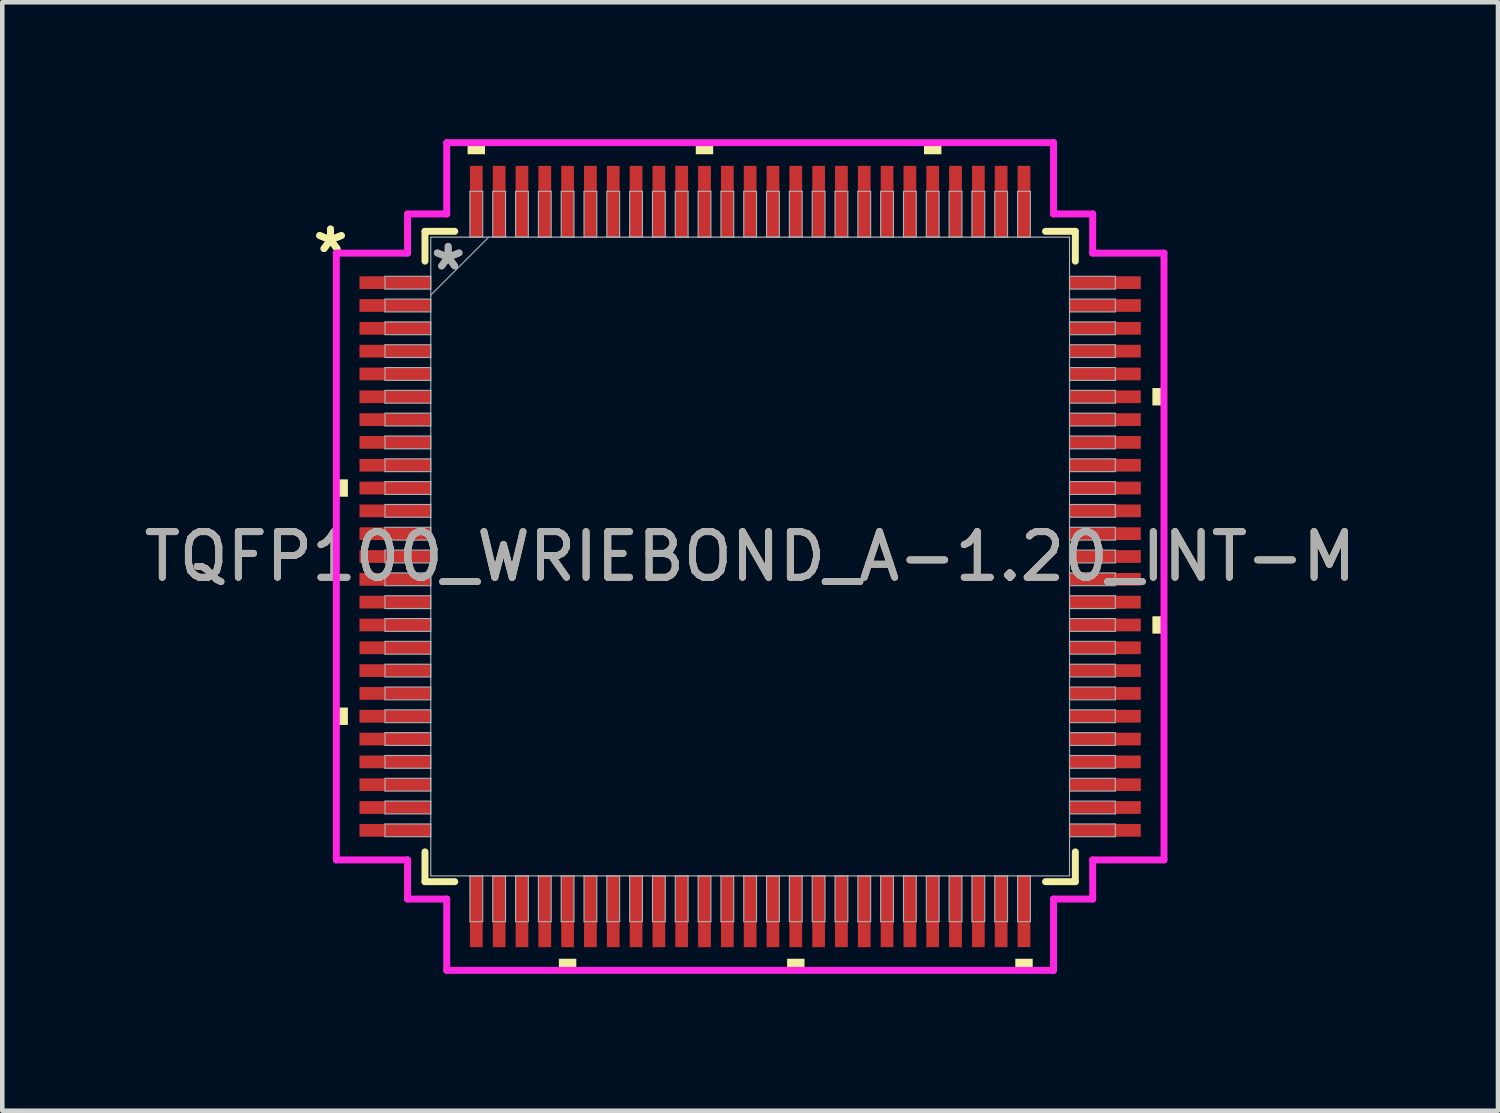
<source format=kicad_pcb>
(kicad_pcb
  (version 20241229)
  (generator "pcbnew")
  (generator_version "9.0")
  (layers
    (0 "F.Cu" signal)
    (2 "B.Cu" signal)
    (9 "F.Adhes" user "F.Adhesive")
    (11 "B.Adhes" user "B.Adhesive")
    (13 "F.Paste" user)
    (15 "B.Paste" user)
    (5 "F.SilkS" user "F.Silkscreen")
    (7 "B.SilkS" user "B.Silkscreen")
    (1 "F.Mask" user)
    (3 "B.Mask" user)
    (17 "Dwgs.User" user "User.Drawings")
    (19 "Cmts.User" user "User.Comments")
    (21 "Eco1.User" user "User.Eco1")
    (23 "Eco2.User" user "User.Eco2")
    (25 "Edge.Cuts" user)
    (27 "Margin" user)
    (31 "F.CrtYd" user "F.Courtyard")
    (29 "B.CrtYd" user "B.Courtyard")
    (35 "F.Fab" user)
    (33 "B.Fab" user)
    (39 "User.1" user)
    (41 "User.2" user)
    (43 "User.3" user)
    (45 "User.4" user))
  (footprint "TQFP100_WRIEBOND_A-1.20_INT-M"
    (layer "F.Cu")
    (at 13.387 9.144)
    (property "Reference" "TQFP100_WRIEBOND_A-1.20_INT-M" (at 0 0 0) (unlocked yes) (layer "F.SilkS") (effects (font (size 1 1) (thickness 0.15))))
    (attr smd)
    (fp_line (start -7.125 -7.125) (end -7.125 -6.472) (stroke (width 0.152) (type solid)) (layer "F.SilkS"))
    (fp_line (start -7.125 6.472) (end -7.125 7.125) (stroke (width 0.152) (type solid)) (layer "F.SilkS"))
    (fp_line (start -7.125 7.125) (end -6.472 7.125) (stroke (width 0.152) (type solid)) (layer "F.SilkS"))
    (fp_line (start -6.472 -7.125) (end -7.125 -7.125) (stroke (width 0.152) (type solid)) (layer "F.SilkS"))
    (fp_line (start 6.472 7.125) (end 7.125 7.125) (stroke (width 0.152) (type solid)) (layer "F.SilkS"))
    (fp_line (start 7.125 -7.125) (end 6.472 -7.125) (stroke (width 0.152) (type solid)) (layer "F.SilkS"))
    (fp_line (start 7.125 -6.472) (end 7.125 -7.125) (stroke (width 0.152) (type solid)) (layer "F.SilkS"))
    (fp_line (start 7.125 7.125) (end 7.125 6.472) (stroke (width 0.152) (type solid)) (layer "F.SilkS"))
    (fp_poly (pts (xy -9.068 -1.69) (xy -9.068 -1.31) (xy -8.814 -1.31) (xy -8.814 -1.69)) (stroke (width 0) (type solid)) (fill yes) (layer "F.SilkS"))
    (fp_poly (pts (xy -9.068 3.31) (xy -9.068 3.691) (xy -8.814 3.691) (xy -8.814 3.31)) (stroke (width 0) (type solid)) (fill yes) (layer "F.SilkS"))
    (fp_poly (pts (xy -6.191 -8.814) (xy -6.191 -9.068) (xy -5.81 -9.068) (xy -5.81 -8.814)) (stroke (width 0) (type solid)) (fill yes) (layer "F.SilkS"))
    (fp_poly (pts (xy -4.191 8.814) (xy -4.191 9.068) (xy -3.809 9.068) (xy -3.809 8.814)) (stroke (width 0) (type solid)) (fill yes) (layer "F.SilkS"))
    (fp_poly (pts (xy -1.191 -8.814) (xy -1.191 -9.068) (xy -0.81 -9.068) (xy -0.81 -8.814)) (stroke (width 0) (type solid)) (fill yes) (layer "F.SilkS"))
    (fp_poly (pts (xy 0.81 8.814) (xy 0.81 9.068) (xy 1.191 9.068) (xy 1.191 8.814)) (stroke (width 0) (type solid)) (fill yes) (layer "F.SilkS"))
    (fp_poly (pts (xy 3.809 -8.814) (xy 3.809 -9.068) (xy 4.191 -9.068) (xy 4.191 -8.814)) (stroke (width 0) (type solid)) (fill yes) (layer "F.SilkS"))
    (fp_poly (pts (xy 5.81 8.814) (xy 5.81 9.068) (xy 6.191 9.068) (xy 6.191 8.814)) (stroke (width 0) (type solid)) (fill yes) (layer "F.SilkS"))
    (fp_poly (pts (xy 9.068 -3.691) (xy 9.068 -3.31) (xy 8.814 -3.31) (xy 8.814 -3.691)) (stroke (width 0) (type solid)) (fill yes) (layer "F.SilkS"))
    (fp_poly (pts (xy 9.068 1.31) (xy 9.068 1.69) (xy 8.814 1.69) (xy 8.814 1.31)) (stroke (width 0) (type solid)) (fill yes) (layer "F.SilkS"))
    (fp_line (start -9.068 -6.648) (end -7.506 -6.648) (stroke (width 0.152) (type solid)) (layer "F.CrtYd"))
    (fp_line (start -9.068 6.648) (end -9.068 -6.648) (stroke (width 0.152) (type solid)) (layer "F.CrtYd"))
    (fp_line (start -7.506 -7.506) (end -6.648 -7.506) (stroke (width 0.152) (type solid)) (layer "F.CrtYd"))
    (fp_line (start -7.506 -6.648) (end -7.506 -7.506) (stroke (width 0.152) (type solid)) (layer "F.CrtYd"))
    (fp_line (start -7.506 6.648) (end -9.068 6.648) (stroke (width 0.152) (type solid)) (layer "F.CrtYd"))
    (fp_line (start -7.506 7.506) (end -7.506 6.648) (stroke (width 0.152) (type solid)) (layer "F.CrtYd"))
    (fp_line (start -7.506 7.506) (end -6.648 7.506) (stroke (width 0.152) (type solid)) (layer "F.CrtYd"))
    (fp_line (start -6.648 -9.068) (end 6.648 -9.068) (stroke (width 0.152) (type solid)) (layer "F.CrtYd"))
    (fp_line (start -6.648 -7.506) (end -6.648 -9.068) (stroke (width 0.152) (type solid)) (layer "F.CrtYd"))
    (fp_line (start -6.648 7.506) (end -6.648 9.068) (stroke (width 0.152) (type solid)) (layer "F.CrtYd"))
    (fp_line (start -6.648 9.068) (end 6.648 9.068) (stroke (width 0.152) (type solid)) (layer "F.CrtYd"))
    (fp_line (start 6.648 -9.068) (end 6.648 -7.506) (stroke (width 0.152) (type solid)) (layer "F.CrtYd"))
    (fp_line (start 6.648 -7.506) (end 7.506 -7.506) (stroke (width 0.152) (type solid)) (layer "F.CrtYd"))
    (fp_line (start 6.648 7.506) (end 7.506 7.506) (stroke (width 0.152) (type solid)) (layer "F.CrtYd"))
    (fp_line (start 6.648 9.068) (end 6.648 7.506) (stroke (width 0.152) (type solid)) (layer "F.CrtYd"))
    (fp_line (start 7.506 -6.648) (end 7.506 -7.506) (stroke (width 0.152) (type solid)) (layer "F.CrtYd"))
    (fp_line (start 7.506 6.648) (end 9.068 6.648) (stroke (width 0.152) (type solid)) (layer "F.CrtYd"))
    (fp_line (start 7.506 7.506) (end 7.506 6.648) (stroke (width 0.152) (type solid)) (layer "F.CrtYd"))
    (fp_line (start 9.068 -6.648) (end 7.506 -6.648) (stroke (width 0.152) (type solid)) (layer "F.CrtYd"))
    (fp_line (start 9.068 6.648) (end 9.068 -6.648) (stroke (width 0.152) (type solid)) (layer "F.CrtYd"))
    (fp_line (start -8.001 -6.14) (end -8.001 -5.86) (stroke (width 0.025) (type solid)) (layer "F.Fab"))
    (fp_line (start -8.001 -5.86) (end -6.998 -5.86) (stroke (width 0.025) (type solid)) (layer "F.Fab"))
    (fp_line (start -8.001 -5.64) (end -8.001 -5.36) (stroke (width 0.025) (type solid)) (layer "F.Fab"))
    (fp_line (start -8.001 -5.36) (end -6.998 -5.36) (stroke (width 0.025) (type solid)) (layer "F.Fab"))
    (fp_line (start -8.001 -5.14) (end -8.001 -4.86) (stroke (width 0.025) (type solid)) (layer "F.Fab"))
    (fp_line (start -8.001 -4.86) (end -6.998 -4.86) (stroke (width 0.025) (type solid)) (layer "F.Fab"))
    (fp_line (start -8.001 -4.64) (end -8.001 -4.36) (stroke (width 0.025) (type solid)) (layer "F.Fab"))
    (fp_line (start -8.001 -4.36) (end -6.998 -4.36) (stroke (width 0.025) (type solid)) (layer "F.Fab"))
    (fp_line (start -8.001 -4.14) (end -8.001 -3.86) (stroke (width 0.025) (type solid)) (layer "F.Fab"))
    (fp_line (start -8.001 -3.86) (end -6.998 -3.86) (stroke (width 0.025) (type solid)) (layer "F.Fab"))
    (fp_line (start -8.001 -3.64) (end -8.001 -3.36) (stroke (width 0.025) (type solid)) (layer "F.Fab"))
    (fp_line (start -8.001 -3.36) (end -6.998 -3.36) (stroke (width 0.025) (type solid)) (layer "F.Fab"))
    (fp_line (start -8.001 -3.14) (end -8.001 -2.86) (stroke (width 0.025) (type solid)) (layer "F.Fab"))
    (fp_line (start -8.001 -2.86) (end -6.998 -2.86) (stroke (width 0.025) (type solid)) (layer "F.Fab"))
    (fp_line (start -8.001 -2.64) (end -8.001 -2.36) (stroke (width 0.025) (type solid)) (layer "F.Fab"))
    (fp_line (start -8.001 -2.36) (end -6.998 -2.36) (stroke (width 0.025) (type solid)) (layer "F.Fab"))
    (fp_line (start -8.001 -2.14) (end -8.001 -1.86) (stroke (width 0.025) (type solid)) (layer "F.Fab"))
    (fp_line (start -8.001 -1.86) (end -6.998 -1.86) (stroke (width 0.025) (type solid)) (layer "F.Fab"))
    (fp_line (start -8.001 -1.64) (end -8.001 -1.36) (stroke (width 0.025) (type solid)) (layer "F.Fab"))
    (fp_line (start -8.001 -1.36) (end -6.998 -1.36) (stroke (width 0.025) (type solid)) (layer "F.Fab"))
    (fp_line (start -8.001 -1.14) (end -8.001 -0.86) (stroke (width 0.025) (type solid)) (layer "F.Fab"))
    (fp_line (start -8.001 -0.86) (end -6.998 -0.86) (stroke (width 0.025) (type solid)) (layer "F.Fab"))
    (fp_line (start -8.001 -0.64) (end -8.001 -0.36) (stroke (width 0.025) (type solid)) (layer "F.Fab"))
    (fp_line (start -8.001 -0.36) (end -6.998 -0.36) (stroke (width 0.025) (type solid)) (layer "F.Fab"))
    (fp_line (start -8.001 -0.14) (end -8.001 0.14) (stroke (width 0.025) (type solid)) (layer "F.Fab"))
    (fp_line (start -8.001 0.14) (end -6.998 0.14) (stroke (width 0.025) (type solid)) (layer "F.Fab"))
    (fp_line (start -8.001 0.36) (end -8.001 0.64) (stroke (width 0.025) (type solid)) (layer "F.Fab"))
    (fp_line (start -8.001 0.64) (end -6.998 0.64) (stroke (width 0.025) (type solid)) (layer "F.Fab"))
    (fp_line (start -8.001 0.86) (end -8.001 1.14) (stroke (width 0.025) (type solid)) (layer "F.Fab"))
    (fp_line (start -8.001 1.14) (end -6.998 1.14) (stroke (width 0.025) (type solid)) (layer "F.Fab"))
    (fp_line (start -8.001 1.36) (end -8.001 1.64) (stroke (width 0.025) (type solid)) (layer "F.Fab"))
    (fp_line (start -8.001 1.64) (end -6.998 1.64) (stroke (width 0.025) (type solid)) (layer "F.Fab"))
    (fp_line (start -8.001 1.86) (end -8.001 2.14) (stroke (width 0.025) (type solid)) (layer "F.Fab"))
    (fp_line (start -8.001 2.14) (end -6.998 2.14) (stroke (width 0.025) (type solid)) (layer "F.Fab"))
    (fp_line (start -8.001 2.36) (end -8.001 2.64) (stroke (width 0.025) (type solid)) (layer "F.Fab"))
    (fp_line (start -8.001 2.64) (end -6.998 2.64) (stroke (width 0.025) (type solid)) (layer "F.Fab"))
    (fp_line (start -8.001 2.86) (end -8.001 3.14) (stroke (width 0.025) (type solid)) (layer "F.Fab"))
    (fp_line (start -8.001 3.14) (end -6.998 3.14) (stroke (width 0.025) (type solid)) (layer "F.Fab"))
    (fp_line (start -8.001 3.36) (end -8.001 3.64) (stroke (width 0.025) (type solid)) (layer "F.Fab"))
    (fp_line (start -8.001 3.64) (end -6.998 3.64) (stroke (width 0.025) (type solid)) (layer "F.Fab"))
    (fp_line (start -8.001 3.86) (end -8.001 4.14) (stroke (width 0.025) (type solid)) (layer "F.Fab"))
    (fp_line (start -8.001 4.14) (end -6.998 4.14) (stroke (width 0.025) (type solid)) (layer "F.Fab"))
    (fp_line (start -8.001 4.36) (end -8.001 4.64) (stroke (width 0.025) (type solid)) (layer "F.Fab"))
    (fp_line (start -8.001 4.64) (end -6.998 4.64) (stroke (width 0.025) (type solid)) (layer "F.Fab"))
    (fp_line (start -8.001 4.86) (end -8.001 5.14) (stroke (width 0.025) (type solid)) (layer "F.Fab"))
    (fp_line (start -8.001 5.14) (end -6.998 5.14) (stroke (width 0.025) (type solid)) (layer "F.Fab"))
    (fp_line (start -8.001 5.36) (end -8.001 5.64) (stroke (width 0.025) (type solid)) (layer "F.Fab"))
    (fp_line (start -8.001 5.64) (end -6.998 5.64) (stroke (width 0.025) (type solid)) (layer "F.Fab"))
    (fp_line (start -8.001 5.86) (end -8.001 6.14) (stroke (width 0.025) (type solid)) (layer "F.Fab"))
    (fp_line (start -8.001 6.14) (end -6.998 6.14) (stroke (width 0.025) (type solid)) (layer "F.Fab"))
    (fp_line (start -6.998 -6.998) (end -6.998 6.998) (stroke (width 0.025) (type solid)) (layer "F.Fab"))
    (fp_line (start -6.998 -6.14) (end -8.001 -6.14) (stroke (width 0.025) (type solid)) (layer "F.Fab"))
    (fp_line (start -6.998 -5.86) (end -6.998 -6.14) (stroke (width 0.025) (type solid)) (layer "F.Fab"))
    (fp_line (start -6.998 -5.728) (end -5.728 -6.998) (stroke (width 0.025) (type solid)) (layer "F.Fab"))
    (fp_line (start -6.998 -5.64) (end -8.001 -5.64) (stroke (width 0.025) (type solid)) (layer "F.Fab"))
    (fp_line (start -6.998 -5.36) (end -6.998 -5.64) (stroke (width 0.025) (type solid)) (layer "F.Fab"))
    (fp_line (start -6.998 -5.14) (end -8.001 -5.14) (stroke (width 0.025) (type solid)) (layer "F.Fab"))
    (fp_line (start -6.998 -4.86) (end -6.998 -5.14) (stroke (width 0.025) (type solid)) (layer "F.Fab"))
    (fp_line (start -6.998 -4.64) (end -8.001 -4.64) (stroke (width 0.025) (type solid)) (layer "F.Fab"))
    (fp_line (start -6.998 -4.36) (end -6.998 -4.64) (stroke (width 0.025) (type solid)) (layer "F.Fab"))
    (fp_line (start -6.998 -4.14) (end -8.001 -4.14) (stroke (width 0.025) (type solid)) (layer "F.Fab"))
    (fp_line (start -6.998 -3.86) (end -6.998 -4.14) (stroke (width 0.025) (type solid)) (layer "F.Fab"))
    (fp_line (start -6.998 -3.64) (end -8.001 -3.64) (stroke (width 0.025) (type solid)) (layer "F.Fab"))
    (fp_line (start -6.998 -3.36) (end -6.998 -3.64) (stroke (width 0.025) (type solid)) (layer "F.Fab"))
    (fp_line (start -6.998 -3.14) (end -8.001 -3.14) (stroke (width 0.025) (type solid)) (layer "F.Fab"))
    (fp_line (start -6.998 -2.86) (end -6.998 -3.14) (stroke (width 0.025) (type solid)) (layer "F.Fab"))
    (fp_line (start -6.998 -2.64) (end -8.001 -2.64) (stroke (width 0.025) (type solid)) (layer "F.Fab"))
    (fp_line (start -6.998 -2.36) (end -6.998 -2.64) (stroke (width 0.025) (type solid)) (layer "F.Fab"))
    (fp_line (start -6.998 -2.14) (end -8.001 -2.14) (stroke (width 0.025) (type solid)) (layer "F.Fab"))
    (fp_line (start -6.998 -1.86) (end -6.998 -2.14) (stroke (width 0.025) (type solid)) (layer "F.Fab"))
    (fp_line (start -6.998 -1.64) (end -8.001 -1.64) (stroke (width 0.025) (type solid)) (layer "F.Fab"))
    (fp_line (start -6.998 -1.36) (end -6.998 -1.64) (stroke (width 0.025) (type solid)) (layer "F.Fab"))
    (fp_line (start -6.998 -1.14) (end -8.001 -1.14) (stroke (width 0.025) (type solid)) (layer "F.Fab"))
    (fp_line (start -6.998 -0.86) (end -6.998 -1.14) (stroke (width 0.025) (type solid)) (layer "F.Fab"))
    (fp_line (start -6.998 -0.64) (end -8.001 -0.64) (stroke (width 0.025) (type solid)) (layer "F.Fab"))
    (fp_line (start -6.998 -0.36) (end -6.998 -0.64) (stroke (width 0.025) (type solid)) (layer "F.Fab"))
    (fp_line (start -6.998 -0.14) (end -8.001 -0.14) (stroke (width 0.025) (type solid)) (layer "F.Fab"))
    (fp_line (start -6.998 0.14) (end -6.998 -0.14) (stroke (width 0.025) (type solid)) (layer "F.Fab"))
    (fp_line (start -6.998 0.36) (end -8.001 0.36) (stroke (width 0.025) (type solid)) (layer "F.Fab"))
    (fp_line (start -6.998 0.64) (end -6.998 0.36) (stroke (width 0.025) (type solid)) (layer "F.Fab"))
    (fp_line (start -6.998 0.86) (end -8.001 0.86) (stroke (width 0.025) (type solid)) (layer "F.Fab"))
    (fp_line (start -6.998 1.14) (end -6.998 0.86) (stroke (width 0.025) (type solid)) (layer "F.Fab"))
    (fp_line (start -6.998 1.36) (end -8.001 1.36) (stroke (width 0.025) (type solid)) (layer "F.Fab"))
    (fp_line (start -6.998 1.64) (end -6.998 1.36) (stroke (width 0.025) (type solid)) (layer "F.Fab"))
    (fp_line (start -6.998 1.86) (end -8.001 1.86) (stroke (width 0.025) (type solid)) (layer "F.Fab"))
    (fp_line (start -6.998 2.14) (end -6.998 1.86) (stroke (width 0.025) (type solid)) (layer "F.Fab"))
    (fp_line (start -6.998 2.36) (end -8.001 2.36) (stroke (width 0.025) (type solid)) (layer "F.Fab"))
    (fp_line (start -6.998 2.64) (end -6.998 2.36) (stroke (width 0.025) (type solid)) (layer "F.Fab"))
    (fp_line (start -6.998 2.86) (end -8.001 2.86) (stroke (width 0.025) (type solid)) (layer "F.Fab"))
    (fp_line (start -6.998 3.14) (end -6.998 2.86) (stroke (width 0.025) (type solid)) (layer "F.Fab"))
    (fp_line (start -6.998 3.36) (end -8.001 3.36) (stroke (width 0.025) (type solid)) (layer "F.Fab"))
    (fp_line (start -6.998 3.64) (end -6.998 3.36) (stroke (width 0.025) (type solid)) (layer "F.Fab"))
    (fp_line (start -6.998 3.86) (end -8.001 3.86) (stroke (width 0.025) (type solid)) (layer "F.Fab"))
    (fp_line (start -6.998 4.14) (end -6.998 3.86) (stroke (width 0.025) (type solid)) (layer "F.Fab"))
    (fp_line (start -6.998 4.36) (end -8.001 4.36) (stroke (width 0.025) (type solid)) (layer "F.Fab"))
    (fp_line (start -6.998 4.64) (end -6.998 4.36) (stroke (width 0.025) (type solid)) (layer "F.Fab"))
    (fp_line (start -6.998 4.86) (end -8.001 4.86) (stroke (width 0.025) (type solid)) (layer "F.Fab"))
    (fp_line (start -6.998 5.14) (end -6.998 4.86) (stroke (width 0.025) (type solid)) (layer "F.Fab"))
    (fp_line (start -6.998 5.36) (end -8.001 5.36) (stroke (width 0.025) (type solid)) (layer "F.Fab"))
    (fp_line (start -6.998 5.64) (end -6.998 5.36) (stroke (width 0.025) (type solid)) (layer "F.Fab"))
    (fp_line (start -6.998 5.86) (end -8.001 5.86) (stroke (width 0.025) (type solid)) (layer "F.Fab"))
    (fp_line (start -6.998 6.14) (end -6.998 5.86) (stroke (width 0.025) (type solid)) (layer "F.Fab"))
    (fp_line (start -6.998 6.998) (end 6.998 6.998) (stroke (width 0.025) (type solid)) (layer "F.Fab"))
    (fp_line (start -6.14 -8.001) (end -6.14 -6.998) (stroke (width 0.025) (type solid)) (layer "F.Fab"))
    (fp_line (start -6.14 -6.998) (end -5.86 -6.998) (stroke (width 0.025) (type solid)) (layer "F.Fab"))
    (fp_line (start -6.14 6.998) (end -6.14 8.001) (stroke (width 0.025) (type solid)) (layer "F.Fab"))
    (fp_line (start -6.14 8.001) (end -5.86 8.001) (stroke (width 0.025) (type solid)) (layer "F.Fab"))
    (fp_line (start -5.86 -8.001) (end -6.14 -8.001) (stroke (width 0.025) (type solid)) (layer "F.Fab"))
    (fp_line (start -5.86 -6.998) (end -5.86 -8.001) (stroke (width 0.025) (type solid)) (layer "F.Fab"))
    (fp_line (start -5.86 6.998) (end -6.14 6.998) (stroke (width 0.025) (type solid)) (layer "F.Fab"))
    (fp_line (start -5.86 8.001) (end -5.86 6.998) (stroke (width 0.025) (type solid)) (layer "F.Fab"))
    (fp_line (start -5.64 -8.001) (end -5.64 -6.998) (stroke (width 0.025) (type solid)) (layer "F.Fab"))
    (fp_line (start -5.64 -6.998) (end -5.36 -6.998) (stroke (width 0.025) (type solid)) (layer "F.Fab"))
    (fp_line (start -5.64 6.998) (end -5.64 8.001) (stroke (width 0.025) (type solid)) (layer "F.Fab"))
    (fp_line (start -5.64 8.001) (end -5.36 8.001) (stroke (width 0.025) (type solid)) (layer "F.Fab"))
    (fp_line (start -5.36 -8.001) (end -5.64 -8.001) (stroke (width 0.025) (type solid)) (layer "F.Fab"))
    (fp_line (start -5.36 -6.998) (end -5.36 -8.001) (stroke (width 0.025) (type solid)) (layer "F.Fab"))
    (fp_line (start -5.36 6.998) (end -5.64 6.998) (stroke (width 0.025) (type solid)) (layer "F.Fab"))
    (fp_line (start -5.36 8.001) (end -5.36 6.998) (stroke (width 0.025) (type solid)) (layer "F.Fab"))
    (fp_line (start -5.14 -8.001) (end -5.14 -6.998) (stroke (width 0.025) (type solid)) (layer "F.Fab"))
    (fp_line (start -5.14 -6.998) (end -4.86 -6.998) (stroke (width 0.025) (type solid)) (layer "F.Fab"))
    (fp_line (start -5.14 6.998) (end -5.14 8.001) (stroke (width 0.025) (type solid)) (layer "F.Fab"))
    (fp_line (start -5.14 8.001) (end -4.86 8.001) (stroke (width 0.025) (type solid)) (layer "F.Fab"))
    (fp_line (start -4.86 -8.001) (end -5.14 -8.001) (stroke (width 0.025) (type solid)) (layer "F.Fab"))
    (fp_line (start -4.86 -6.998) (end -4.86 -8.001) (stroke (width 0.025) (type solid)) (layer "F.Fab"))
    (fp_line (start -4.86 6.998) (end -5.14 6.998) (stroke (width 0.025) (type solid)) (layer "F.Fab"))
    (fp_line (start -4.86 8.001) (end -4.86 6.998) (stroke (width 0.025) (type solid)) (layer "F.Fab"))
    (fp_line (start -4.64 -8.001) (end -4.64 -6.998) (stroke (width 0.025) (type solid)) (layer "F.Fab"))
    (fp_line (start -4.64 -6.998) (end -4.36 -6.998) (stroke (width 0.025) (type solid)) (layer "F.Fab"))
    (fp_line (start -4.64 6.998) (end -4.64 8.001) (stroke (width 0.025) (type solid)) (layer "F.Fab"))
    (fp_line (start -4.64 8.001) (end -4.36 8.001) (stroke (width 0.025) (type solid)) (layer "F.Fab"))
    (fp_line (start -4.36 -8.001) (end -4.64 -8.001) (stroke (width 0.025) (type solid)) (layer "F.Fab"))
    (fp_line (start -4.36 -6.998) (end -4.36 -8.001) (stroke (width 0.025) (type solid)) (layer "F.Fab"))
    (fp_line (start -4.36 6.998) (end -4.64 6.998) (stroke (width 0.025) (type solid)) (layer "F.Fab"))
    (fp_line (start -4.36 8.001) (end -4.36 6.998) (stroke (width 0.025) (type solid)) (layer "F.Fab"))
    (fp_line (start -4.14 -8.001) (end -4.14 -6.998) (stroke (width 0.025) (type solid)) (layer "F.Fab"))
    (fp_line (start -4.14 -6.998) (end -3.86 -6.998) (stroke (width 0.025) (type solid)) (layer "F.Fab"))
    (fp_line (start -4.14 6.998) (end -4.14 8.001) (stroke (width 0.025) (type solid)) (layer "F.Fab"))
    (fp_line (start -4.14 8.001) (end -3.86 8.001) (stroke (width 0.025) (type solid)) (layer "F.Fab"))
    (fp_line (start -3.86 -8.001) (end -4.14 -8.001) (stroke (width 0.025) (type solid)) (layer "F.Fab"))
    (fp_line (start -3.86 -6.998) (end -3.86 -8.001) (stroke (width 0.025) (type solid)) (layer "F.Fab"))
    (fp_line (start -3.86 6.998) (end -4.14 6.998) (stroke (width 0.025) (type solid)) (layer "F.Fab"))
    (fp_line (start -3.86 8.001) (end -3.86 6.998) (stroke (width 0.025) (type solid)) (layer "F.Fab"))
    (fp_line (start -3.64 -8.001) (end -3.64 -6.998) (stroke (width 0.025) (type solid)) (layer "F.Fab"))
    (fp_line (start -3.64 -6.998) (end -3.36 -6.998) (stroke (width 0.025) (type solid)) (layer "F.Fab"))
    (fp_line (start -3.64 6.998) (end -3.64 8.001) (stroke (width 0.025) (type solid)) (layer "F.Fab"))
    (fp_line (start -3.64 8.001) (end -3.36 8.001) (stroke (width 0.025) (type solid)) (layer "F.Fab"))
    (fp_line (start -3.36 -8.001) (end -3.64 -8.001) (stroke (width 0.025) (type solid)) (layer "F.Fab"))
    (fp_line (start -3.36 -6.998) (end -3.36 -8.001) (stroke (width 0.025) (type solid)) (layer "F.Fab"))
    (fp_line (start -3.36 6.998) (end -3.64 6.998) (stroke (width 0.025) (type solid)) (layer "F.Fab"))
    (fp_line (start -3.36 8.001) (end -3.36 6.998) (stroke (width 0.025) (type solid)) (layer "F.Fab"))
    (fp_line (start -3.14 -8.001) (end -3.14 -6.998) (stroke (width 0.025) (type solid)) (layer "F.Fab"))
    (fp_line (start -3.14 -6.998) (end -2.86 -6.998) (stroke (width 0.025) (type solid)) (layer "F.Fab"))
    (fp_line (start -3.14 6.998) (end -3.14 8.001) (stroke (width 0.025) (type solid)) (layer "F.Fab"))
    (fp_line (start -3.14 8.001) (end -2.86 8.001) (stroke (width 0.025) (type solid)) (layer "F.Fab"))
    (fp_line (start -2.86 -8.001) (end -3.14 -8.001) (stroke (width 0.025) (type solid)) (layer "F.Fab"))
    (fp_line (start -2.86 -6.998) (end -2.86 -8.001) (stroke (width 0.025) (type solid)) (layer "F.Fab"))
    (fp_line (start -2.86 6.998) (end -3.14 6.998) (stroke (width 0.025) (type solid)) (layer "F.Fab"))
    (fp_line (start -2.86 8.001) (end -2.86 6.998) (stroke (width 0.025) (type solid)) (layer "F.Fab"))
    (fp_line (start -2.64 -8.001) (end -2.64 -6.998) (stroke (width 0.025) (type solid)) (layer "F.Fab"))
    (fp_line (start -2.64 -6.998) (end -2.36 -6.998) (stroke (width 0.025) (type solid)) (layer "F.Fab"))
    (fp_line (start -2.64 6.998) (end -2.64 8.001) (stroke (width 0.025) (type solid)) (layer "F.Fab"))
    (fp_line (start -2.64 8.001) (end -2.36 8.001) (stroke (width 0.025) (type solid)) (layer "F.Fab"))
    (fp_line (start -2.36 -8.001) (end -2.64 -8.001) (stroke (width 0.025) (type solid)) (layer "F.Fab"))
    (fp_line (start -2.36 -6.998) (end -2.36 -8.001) (stroke (width 0.025) (type solid)) (layer "F.Fab"))
    (fp_line (start -2.36 6.998) (end -2.64 6.998) (stroke (width 0.025) (type solid)) (layer "F.Fab"))
    (fp_line (start -2.36 8.001) (end -2.36 6.998) (stroke (width 0.025) (type solid)) (layer "F.Fab"))
    (fp_line (start -2.14 -8.001) (end -2.14 -6.998) (stroke (width 0.025) (type solid)) (layer "F.Fab"))
    (fp_line (start -2.14 -6.998) (end -1.86 -6.998) (stroke (width 0.025) (type solid)) (layer "F.Fab"))
    (fp_line (start -2.14 6.998) (end -2.14 8.001) (stroke (width 0.025) (type solid)) (layer "F.Fab"))
    (fp_line (start -2.14 8.001) (end -1.86 8.001) (stroke (width 0.025) (type solid)) (layer "F.Fab"))
    (fp_line (start -1.86 -8.001) (end -2.14 -8.001) (stroke (width 0.025) (type solid)) (layer "F.Fab"))
    (fp_line (start -1.86 -6.998) (end -1.86 -8.001) (stroke (width 0.025) (type solid)) (layer "F.Fab"))
    (fp_line (start -1.86 6.998) (end -2.14 6.998) (stroke (width 0.025) (type solid)) (layer "F.Fab"))
    (fp_line (start -1.86 8.001) (end -1.86 6.998) (stroke (width 0.025) (type solid)) (layer "F.Fab"))
    (fp_line (start -1.64 -8.001) (end -1.64 -6.998) (stroke (width 0.025) (type solid)) (layer "F.Fab"))
    (fp_line (start -1.64 -6.998) (end -1.36 -6.998) (stroke (width 0.025) (type solid)) (layer "F.Fab"))
    (fp_line (start -1.64 6.998) (end -1.64 8.001) (stroke (width 0.025) (type solid)) (layer "F.Fab"))
    (fp_line (start -1.64 8.001) (end -1.36 8.001) (stroke (width 0.025) (type solid)) (layer "F.Fab"))
    (fp_line (start -1.36 -8.001) (end -1.64 -8.001) (stroke (width 0.025) (type solid)) (layer "F.Fab"))
    (fp_line (start -1.36 -6.998) (end -1.36 -8.001) (stroke (width 0.025) (type solid)) (layer "F.Fab"))
    (fp_line (start -1.36 6.998) (end -1.64 6.998) (stroke (width 0.025) (type solid)) (layer "F.Fab"))
    (fp_line (start -1.36 8.001) (end -1.36 6.998) (stroke (width 0.025) (type solid)) (layer "F.Fab"))
    (fp_line (start -1.14 -8.001) (end -1.14 -6.998) (stroke (width 0.025) (type solid)) (layer "F.Fab"))
    (fp_line (start -1.14 -6.998) (end -0.86 -6.998) (stroke (width 0.025) (type solid)) (layer "F.Fab"))
    (fp_line (start -1.14 6.998) (end -1.14 8.001) (stroke (width 0.025) (type solid)) (layer "F.Fab"))
    (fp_line (start -1.14 8.001) (end -0.86 8.001) (stroke (width 0.025) (type solid)) (layer "F.Fab"))
    (fp_line (start -0.86 -8.001) (end -1.14 -8.001) (stroke (width 0.025) (type solid)) (layer "F.Fab"))
    (fp_line (start -0.86 -6.998) (end -0.86 -8.001) (stroke (width 0.025) (type solid)) (layer "F.Fab"))
    (fp_line (start -0.86 6.998) (end -1.14 6.998) (stroke (width 0.025) (type solid)) (layer "F.Fab"))
    (fp_line (start -0.86 8.001) (end -0.86 6.998) (stroke (width 0.025) (type solid)) (layer "F.Fab"))
    (fp_line (start -0.64 -8.001) (end -0.64 -6.998) (stroke (width 0.025) (type solid)) (layer "F.Fab"))
    (fp_line (start -0.64 -6.998) (end -0.36 -6.998) (stroke (width 0.025) (type solid)) (layer "F.Fab"))
    (fp_line (start -0.64 6.998) (end -0.64 8.001) (stroke (width 0.025) (type solid)) (layer "F.Fab"))
    (fp_line (start -0.64 8.001) (end -0.36 8.001) (stroke (width 0.025) (type solid)) (layer "F.Fab"))
    (fp_line (start -0.36 -8.001) (end -0.64 -8.001) (stroke (width 0.025) (type solid)) (layer "F.Fab"))
    (fp_line (start -0.36 -6.998) (end -0.36 -8.001) (stroke (width 0.025) (type solid)) (layer "F.Fab"))
    (fp_line (start -0.36 6.998) (end -0.64 6.998) (stroke (width 0.025) (type solid)) (layer "F.Fab"))
    (fp_line (start -0.36 8.001) (end -0.36 6.998) (stroke (width 0.025) (type solid)) (layer "F.Fab"))
    (fp_line (start -0.14 -8.001) (end -0.14 -6.998) (stroke (width 0.025) (type solid)) (layer "F.Fab"))
    (fp_line (start -0.14 -6.998) (end 0.14 -6.998) (stroke (width 0.025) (type solid)) (layer "F.Fab"))
    (fp_line (start -0.14 6.998) (end -0.14 8.001) (stroke (width 0.025) (type solid)) (layer "F.Fab"))
    (fp_line (start -0.14 8.001) (end 0.14 8.001) (stroke (width 0.025) (type solid)) (layer "F.Fab"))
    (fp_line (start 0.14 -8.001) (end -0.14 -8.001) (stroke (width 0.025) (type solid)) (layer "F.Fab"))
    (fp_line (start 0.14 -6.998) (end 0.14 -8.001) (stroke (width 0.025) (type solid)) (layer "F.Fab"))
    (fp_line (start 0.14 6.998) (end -0.14 6.998) (stroke (width 0.025) (type solid)) (layer "F.Fab"))
    (fp_line (start 0.14 8.001) (end 0.14 6.998) (stroke (width 0.025) (type solid)) (layer "F.Fab"))
    (fp_line (start 0.36 -8.001) (end 0.36 -6.998) (stroke (width 0.025) (type solid)) (layer "F.Fab"))
    (fp_line (start 0.36 -6.998) (end 0.64 -6.998) (stroke (width 0.025) (type solid)) (layer "F.Fab"))
    (fp_line (start 0.36 6.998) (end 0.36 8.001) (stroke (width 0.025) (type solid)) (layer "F.Fab"))
    (fp_line (start 0.36 8.001) (end 0.64 8.001) (stroke (width 0.025) (type solid)) (layer "F.Fab"))
    (fp_line (start 0.64 -8.001) (end 0.36 -8.001) (stroke (width 0.025) (type solid)) (layer "F.Fab"))
    (fp_line (start 0.64 -6.998) (end 0.64 -8.001) (stroke (width 0.025) (type solid)) (layer "F.Fab"))
    (fp_line (start 0.64 6.998) (end 0.36 6.998) (stroke (width 0.025) (type solid)) (layer "F.Fab"))
    (fp_line (start 0.64 8.001) (end 0.64 6.998) (stroke (width 0.025) (type solid)) (layer "F.Fab"))
    (fp_line (start 0.86 -8.001) (end 0.86 -6.998) (stroke (width 0.025) (type solid)) (layer "F.Fab"))
    (fp_line (start 0.86 -6.998) (end 1.14 -6.998) (stroke (width 0.025) (type solid)) (layer "F.Fab"))
    (fp_line (start 0.86 6.998) (end 0.86 8.001) (stroke (width 0.025) (type solid)) (layer "F.Fab"))
    (fp_line (start 0.86 8.001) (end 1.14 8.001) (stroke (width 0.025) (type solid)) (layer "F.Fab"))
    (fp_line (start 1.14 -8.001) (end 0.86 -8.001) (stroke (width 0.025) (type solid)) (layer "F.Fab"))
    (fp_line (start 1.14 -6.998) (end 1.14 -8.001) (stroke (width 0.025) (type solid)) (layer "F.Fab"))
    (fp_line (start 1.14 6.998) (end 0.86 6.998) (stroke (width 0.025) (type solid)) (layer "F.Fab"))
    (fp_line (start 1.14 8.001) (end 1.14 6.998) (stroke (width 0.025) (type solid)) (layer "F.Fab"))
    (fp_line (start 1.36 -8.001) (end 1.36 -6.998) (stroke (width 0.025) (type solid)) (layer "F.Fab"))
    (fp_line (start 1.36 -6.998) (end 1.64 -6.998) (stroke (width 0.025) (type solid)) (layer "F.Fab"))
    (fp_line (start 1.36 6.998) (end 1.36 8.001) (stroke (width 0.025) (type solid)) (layer "F.Fab"))
    (fp_line (start 1.36 8.001) (end 1.64 8.001) (stroke (width 0.025) (type solid)) (layer "F.Fab"))
    (fp_line (start 1.64 -8.001) (end 1.36 -8.001) (stroke (width 0.025) (type solid)) (layer "F.Fab"))
    (fp_line (start 1.64 -6.998) (end 1.64 -8.001) (stroke (width 0.025) (type solid)) (layer "F.Fab"))
    (fp_line (start 1.64 6.998) (end 1.36 6.998) (stroke (width 0.025) (type solid)) (layer "F.Fab"))
    (fp_line (start 1.64 8.001) (end 1.64 6.998) (stroke (width 0.025) (type solid)) (layer "F.Fab"))
    (fp_line (start 1.86 -8.001) (end 1.86 -6.998) (stroke (width 0.025) (type solid)) (layer "F.Fab"))
    (fp_line (start 1.86 -6.998) (end 2.14 -6.998) (stroke (width 0.025) (type solid)) (layer "F.Fab"))
    (fp_line (start 1.86 6.998) (end 1.86 8.001) (stroke (width 0.025) (type solid)) (layer "F.Fab"))
    (fp_line (start 1.86 8.001) (end 2.14 8.001) (stroke (width 0.025) (type solid)) (layer "F.Fab"))
    (fp_line (start 2.14 -8.001) (end 1.86 -8.001) (stroke (width 0.025) (type solid)) (layer "F.Fab"))
    (fp_line (start 2.14 -6.998) (end 2.14 -8.001) (stroke (width 0.025) (type solid)) (layer "F.Fab"))
    (fp_line (start 2.14 6.998) (end 1.86 6.998) (stroke (width 0.025) (type solid)) (layer "F.Fab"))
    (fp_line (start 2.14 8.001) (end 2.14 6.998) (stroke (width 0.025) (type solid)) (layer "F.Fab"))
    (fp_line (start 2.36 -8.001) (end 2.36 -6.998) (stroke (width 0.025) (type solid)) (layer "F.Fab"))
    (fp_line (start 2.36 -6.998) (end 2.64 -6.998) (stroke (width 0.025) (type solid)) (layer "F.Fab"))
    (fp_line (start 2.36 6.998) (end 2.36 8.001) (stroke (width 0.025) (type solid)) (layer "F.Fab"))
    (fp_line (start 2.36 8.001) (end 2.64 8.001) (stroke (width 0.025) (type solid)) (layer "F.Fab"))
    (fp_line (start 2.64 -8.001) (end 2.36 -8.001) (stroke (width 0.025) (type solid)) (layer "F.Fab"))
    (fp_line (start 2.64 -6.998) (end 2.64 -8.001) (stroke (width 0.025) (type solid)) (layer "F.Fab"))
    (fp_line (start 2.64 6.998) (end 2.36 6.998) (stroke (width 0.025) (type solid)) (layer "F.Fab"))
    (fp_line (start 2.64 8.001) (end 2.64 6.998) (stroke (width 0.025) (type solid)) (layer "F.Fab"))
    (fp_line (start 2.86 -8.001) (end 2.86 -6.998) (stroke (width 0.025) (type solid)) (layer "F.Fab"))
    (fp_line (start 2.86 -6.998) (end 3.14 -6.998) (stroke (width 0.025) (type solid)) (layer "F.Fab"))
    (fp_line (start 2.86 6.998) (end 2.86 8.001) (stroke (width 0.025) (type solid)) (layer "F.Fab"))
    (fp_line (start 2.86 8.001) (end 3.14 8.001) (stroke (width 0.025) (type solid)) (layer "F.Fab"))
    (fp_line (start 3.14 -8.001) (end 2.86 -8.001) (stroke (width 0.025) (type solid)) (layer "F.Fab"))
    (fp_line (start 3.14 -6.998) (end 3.14 -8.001) (stroke (width 0.025) (type solid)) (layer "F.Fab"))
    (fp_line (start 3.14 6.998) (end 2.86 6.998) (stroke (width 0.025) (type solid)) (layer "F.Fab"))
    (fp_line (start 3.14 8.001) (end 3.14 6.998) (stroke (width 0.025) (type solid)) (layer "F.Fab"))
    (fp_line (start 3.36 -8.001) (end 3.36 -6.998) (stroke (width 0.025) (type solid)) (layer "F.Fab"))
    (fp_line (start 3.36 -6.998) (end 3.64 -6.998) (stroke (width 0.025) (type solid)) (layer "F.Fab"))
    (fp_line (start 3.36 6.998) (end 3.36 8.001) (stroke (width 0.025) (type solid)) (layer "F.Fab"))
    (fp_line (start 3.36 8.001) (end 3.64 8.001) (stroke (width 0.025) (type solid)) (layer "F.Fab"))
    (fp_line (start 3.64 -8.001) (end 3.36 -8.001) (stroke (width 0.025) (type solid)) (layer "F.Fab"))
    (fp_line (start 3.64 -6.998) (end 3.64 -8.001) (stroke (width 0.025) (type solid)) (layer "F.Fab"))
    (fp_line (start 3.64 6.998) (end 3.36 6.998) (stroke (width 0.025) (type solid)) (layer "F.Fab"))
    (fp_line (start 3.64 8.001) (end 3.64 6.998) (stroke (width 0.025) (type solid)) (layer "F.Fab"))
    (fp_line (start 3.86 -8.001) (end 3.86 -6.998) (stroke (width 0.025) (type solid)) (layer "F.Fab"))
    (fp_line (start 3.86 -6.998) (end 4.14 -6.998) (stroke (width 0.025) (type solid)) (layer "F.Fab"))
    (fp_line (start 3.86 6.998) (end 3.86 8.001) (stroke (width 0.025) (type solid)) (layer "F.Fab"))
    (fp_line (start 3.86 8.001) (end 4.14 8.001) (stroke (width 0.025) (type solid)) (layer "F.Fab"))
    (fp_line (start 4.14 -8.001) (end 3.86 -8.001) (stroke (width 0.025) (type solid)) (layer "F.Fab"))
    (fp_line (start 4.14 -6.998) (end 4.14 -8.001) (stroke (width 0.025) (type solid)) (layer "F.Fab"))
    (fp_line (start 4.14 6.998) (end 3.86 6.998) (stroke (width 0.025) (type solid)) (layer "F.Fab"))
    (fp_line (start 4.14 8.001) (end 4.14 6.998) (stroke (width 0.025) (type solid)) (layer "F.Fab"))
    (fp_line (start 4.36 -8.001) (end 4.36 -6.998) (stroke (width 0.025) (type solid)) (layer "F.Fab"))
    (fp_line (start 4.36 -6.998) (end 4.64 -6.998) (stroke (width 0.025) (type solid)) (layer "F.Fab"))
    (fp_line (start 4.36 6.998) (end 4.36 8.001) (stroke (width 0.025) (type solid)) (layer "F.Fab"))
    (fp_line (start 4.36 8.001) (end 4.64 8.001) (stroke (width 0.025) (type solid)) (layer "F.Fab"))
    (fp_line (start 4.64 -8.001) (end 4.36 -8.001) (stroke (width 0.025) (type solid)) (layer "F.Fab"))
    (fp_line (start 4.64 -6.998) (end 4.64 -8.001) (stroke (width 0.025) (type solid)) (layer "F.Fab"))
    (fp_line (start 4.64 6.998) (end 4.36 6.998) (stroke (width 0.025) (type solid)) (layer "F.Fab"))
    (fp_line (start 4.64 8.001) (end 4.64 6.998) (stroke (width 0.025) (type solid)) (layer "F.Fab"))
    (fp_line (start 4.86 -8.001) (end 4.86 -6.998) (stroke (width 0.025) (type solid)) (layer "F.Fab"))
    (fp_line (start 4.86 -6.998) (end 5.14 -6.998) (stroke (width 0.025) (type solid)) (layer "F.Fab"))
    (fp_line (start 4.86 6.998) (end 4.86 8.001) (stroke (width 0.025) (type solid)) (layer "F.Fab"))
    (fp_line (start 4.86 8.001) (end 5.14 8.001) (stroke (width 0.025) (type solid)) (layer "F.Fab"))
    (fp_line (start 5.14 -8.001) (end 4.86 -8.001) (stroke (width 0.025) (type solid)) (layer "F.Fab"))
    (fp_line (start 5.14 -6.998) (end 5.14 -8.001) (stroke (width 0.025) (type solid)) (layer "F.Fab"))
    (fp_line (start 5.14 6.998) (end 4.86 6.998) (stroke (width 0.025) (type solid)) (layer "F.Fab"))
    (fp_line (start 5.14 8.001) (end 5.14 6.998) (stroke (width 0.025) (type solid)) (layer "F.Fab"))
    (fp_line (start 5.36 -8.001) (end 5.36 -6.998) (stroke (width 0.025) (type solid)) (layer "F.Fab"))
    (fp_line (start 5.36 -6.998) (end 5.64 -6.998) (stroke (width 0.025) (type solid)) (layer "F.Fab"))
    (fp_line (start 5.36 6.998) (end 5.36 8.001) (stroke (width 0.025) (type solid)) (layer "F.Fab"))
    (fp_line (start 5.36 8.001) (end 5.64 8.001) (stroke (width 0.025) (type solid)) (layer "F.Fab"))
    (fp_line (start 5.64 -8.001) (end 5.36 -8.001) (stroke (width 0.025) (type solid)) (layer "F.Fab"))
    (fp_line (start 5.64 -6.998) (end 5.64 -8.001) (stroke (width 0.025) (type solid)) (layer "F.Fab"))
    (fp_line (start 5.64 6.998) (end 5.36 6.998) (stroke (width 0.025) (type solid)) (layer "F.Fab"))
    (fp_line (start 5.64 8.001) (end 5.64 6.998) (stroke (width 0.025) (type solid)) (layer "F.Fab"))
    (fp_line (start 5.86 -8.001) (end 5.86 -6.998) (stroke (width 0.025) (type solid)) (layer "F.Fab"))
    (fp_line (start 5.86 -6.998) (end 6.14 -6.998) (stroke (width 0.025) (type solid)) (layer "F.Fab"))
    (fp_line (start 5.86 6.998) (end 5.86 8.001) (stroke (width 0.025) (type solid)) (layer "F.Fab"))
    (fp_line (start 5.86 8.001) (end 6.14 8.001) (stroke (width 0.025) (type solid)) (layer "F.Fab"))
    (fp_line (start 6.14 -8.001) (end 5.86 -8.001) (stroke (width 0.025) (type solid)) (layer "F.Fab"))
    (fp_line (start 6.14 -6.998) (end 6.14 -8.001) (stroke (width 0.025) (type solid)) (layer "F.Fab"))
    (fp_line (start 6.14 6.998) (end 5.86 6.998) (stroke (width 0.025) (type solid)) (layer "F.Fab"))
    (fp_line (start 6.14 8.001) (end 6.14 6.998) (stroke (width 0.025) (type solid)) (layer "F.Fab"))
    (fp_line (start 6.998 -6.998) (end -6.998 -6.998) (stroke (width 0.025) (type solid)) (layer "F.Fab"))
    (fp_line (start 6.998 -6.14) (end 6.998 -5.86) (stroke (width 0.025) (type solid)) (layer "F.Fab"))
    (fp_line (start 6.998 -5.86) (end 8.001 -5.86) (stroke (width 0.025) (type solid)) (layer "F.Fab"))
    (fp_line (start 6.998 -5.64) (end 6.998 -5.36) (stroke (width 0.025) (type solid)) (layer "F.Fab"))
    (fp_line (start 6.998 -5.36) (end 8.001 -5.36) (stroke (width 0.025) (type solid)) (layer "F.Fab"))
    (fp_line (start 6.998 -5.14) (end 6.998 -4.86) (stroke (width 0.025) (type solid)) (layer "F.Fab"))
    (fp_line (start 6.998 -4.86) (end 8.001 -4.86) (stroke (width 0.025) (type solid)) (layer "F.Fab"))
    (fp_line (start 6.998 -4.64) (end 6.998 -4.36) (stroke (width 0.025) (type solid)) (layer "F.Fab"))
    (fp_line (start 6.998 -4.36) (end 8.001 -4.36) (stroke (width 0.025) (type solid)) (layer "F.Fab"))
    (fp_line (start 6.998 -4.14) (end 6.998 -3.86) (stroke (width 0.025) (type solid)) (layer "F.Fab"))
    (fp_line (start 6.998 -3.86) (end 8.001 -3.86) (stroke (width 0.025) (type solid)) (layer "F.Fab"))
    (fp_line (start 6.998 -3.64) (end 6.998 -3.36) (stroke (width 0.025) (type solid)) (layer "F.Fab"))
    (fp_line (start 6.998 -3.36) (end 8.001 -3.36) (stroke (width 0.025) (type solid)) (layer "F.Fab"))
    (fp_line (start 6.998 -3.14) (end 6.998 -2.86) (stroke (width 0.025) (type solid)) (layer "F.Fab"))
    (fp_line (start 6.998 -2.86) (end 8.001 -2.86) (stroke (width 0.025) (type solid)) (layer "F.Fab"))
    (fp_line (start 6.998 -2.64) (end 6.998 -2.36) (stroke (width 0.025) (type solid)) (layer "F.Fab"))
    (fp_line (start 6.998 -2.36) (end 8.001 -2.36) (stroke (width 0.025) (type solid)) (layer "F.Fab"))
    (fp_line (start 6.998 -2.14) (end 6.998 -1.86) (stroke (width 0.025) (type solid)) (layer "F.Fab"))
    (fp_line (start 6.998 -1.86) (end 8.001 -1.86) (stroke (width 0.025) (type solid)) (layer "F.Fab"))
    (fp_line (start 6.998 -1.64) (end 6.998 -1.36) (stroke (width 0.025) (type solid)) (layer "F.Fab"))
    (fp_line (start 6.998 -1.36) (end 8.001 -1.36) (stroke (width 0.025) (type solid)) (layer "F.Fab"))
    (fp_line (start 6.998 -1.14) (end 6.998 -0.86) (stroke (width 0.025) (type solid)) (layer "F.Fab"))
    (fp_line (start 6.998 -0.86) (end 8.001 -0.86) (stroke (width 0.025) (type solid)) (layer "F.Fab"))
    (fp_line (start 6.998 -0.64) (end 6.998 -0.36) (stroke (width 0.025) (type solid)) (layer "F.Fab"))
    (fp_line (start 6.998 -0.36) (end 8.001 -0.36) (stroke (width 0.025) (type solid)) (layer "F.Fab"))
    (fp_line (start 6.998 -0.14) (end 6.998 0.14) (stroke (width 0.025) (type solid)) (layer "F.Fab"))
    (fp_line (start 6.998 0.14) (end 8.001 0.14) (stroke (width 0.025) (type solid)) (layer "F.Fab"))
    (fp_line (start 6.998 0.36) (end 6.998 0.64) (stroke (width 0.025) (type solid)) (layer "F.Fab"))
    (fp_line (start 6.998 0.64) (end 8.001 0.64) (stroke (width 0.025) (type solid)) (layer "F.Fab"))
    (fp_line (start 6.998 0.86) (end 6.998 1.14) (stroke (width 0.025) (type solid)) (layer "F.Fab"))
    (fp_line (start 6.998 1.14) (end 8.001 1.14) (stroke (width 0.025) (type solid)) (layer "F.Fab"))
    (fp_line (start 6.998 1.36) (end 6.998 1.64) (stroke (width 0.025) (type solid)) (layer "F.Fab"))
    (fp_line (start 6.998 1.64) (end 8.001 1.64) (stroke (width 0.025) (type solid)) (layer "F.Fab"))
    (fp_line (start 6.998 1.86) (end 6.998 2.14) (stroke (width 0.025) (type solid)) (layer "F.Fab"))
    (fp_line (start 6.998 2.14) (end 8.001 2.14) (stroke (width 0.025) (type solid)) (layer "F.Fab"))
    (fp_line (start 6.998 2.36) (end 6.998 2.64) (stroke (width 0.025) (type solid)) (layer "F.Fab"))
    (fp_line (start 6.998 2.64) (end 8.001 2.64) (stroke (width 0.025) (type solid)) (layer "F.Fab"))
    (fp_line (start 6.998 2.86) (end 6.998 3.14) (stroke (width 0.025) (type solid)) (layer "F.Fab"))
    (fp_line (start 6.998 3.14) (end 8.001 3.14) (stroke (width 0.025) (type solid)) (layer "F.Fab"))
    (fp_line (start 6.998 3.36) (end 6.998 3.64) (stroke (width 0.025) (type solid)) (layer "F.Fab"))
    (fp_line (start 6.998 3.64) (end 8.001 3.64) (stroke (width 0.025) (type solid)) (layer "F.Fab"))
    (fp_line (start 6.998 3.86) (end 6.998 4.14) (stroke (width 0.025) (type solid)) (layer "F.Fab"))
    (fp_line (start 6.998 4.14) (end 8.001 4.14) (stroke (width 0.025) (type solid)) (layer "F.Fab"))
    (fp_line (start 6.998 4.36) (end 6.998 4.64) (stroke (width 0.025) (type solid)) (layer "F.Fab"))
    (fp_line (start 6.998 4.64) (end 8.001 4.64) (stroke (width 0.025) (type solid)) (layer "F.Fab"))
    (fp_line (start 6.998 4.86) (end 6.998 5.14) (stroke (width 0.025) (type solid)) (layer "F.Fab"))
    (fp_line (start 6.998 5.14) (end 8.001 5.14) (stroke (width 0.025) (type solid)) (layer "F.Fab"))
    (fp_line (start 6.998 5.36) (end 6.998 5.64) (stroke (width 0.025) (type solid)) (layer "F.Fab"))
    (fp_line (start 6.998 5.64) (end 8.001 5.64) (stroke (width 0.025) (type solid)) (layer "F.Fab"))
    (fp_line (start 6.998 5.86) (end 6.998 6.14) (stroke (width 0.025) (type solid)) (layer "F.Fab"))
    (fp_line (start 6.998 6.14) (end 8.001 6.14) (stroke (width 0.025) (type solid)) (layer "F.Fab"))
    (fp_line (start 6.998 6.998) (end 6.998 -6.998) (stroke (width 0.025) (type solid)) (layer "F.Fab"))
    (fp_line (start 8.001 -6.14) (end 6.998 -6.14) (stroke (width 0.025) (type solid)) (layer "F.Fab"))
    (fp_line (start 8.001 -5.86) (end 8.001 -6.14) (stroke (width 0.025) (type solid)) (layer "F.Fab"))
    (fp_line (start 8.001 -5.64) (end 6.998 -5.64) (stroke (width 0.025) (type solid)) (layer "F.Fab"))
    (fp_line (start 8.001 -5.36) (end 8.001 -5.64) (stroke (width 0.025) (type solid)) (layer "F.Fab"))
    (fp_line (start 8.001 -5.14) (end 6.998 -5.14) (stroke (width 0.025) (type solid)) (layer "F.Fab"))
    (fp_line (start 8.001 -4.86) (end 8.001 -5.14) (stroke (width 0.025) (type solid)) (layer "F.Fab"))
    (fp_line (start 8.001 -4.64) (end 6.998 -4.64) (stroke (width 0.025) (type solid)) (layer "F.Fab"))
    (fp_line (start 8.001 -4.36) (end 8.001 -4.64) (stroke (width 0.025) (type solid)) (layer "F.Fab"))
    (fp_line (start 8.001 -4.14) (end 6.998 -4.14) (stroke (width 0.025) (type solid)) (layer "F.Fab"))
    (fp_line (start 8.001 -3.86) (end 8.001 -4.14) (stroke (width 0.025) (type solid)) (layer "F.Fab"))
    (fp_line (start 8.001 -3.64) (end 6.998 -3.64) (stroke (width 0.025) (type solid)) (layer "F.Fab"))
    (fp_line (start 8.001 -3.36) (end 8.001 -3.64) (stroke (width 0.025) (type solid)) (layer "F.Fab"))
    (fp_line (start 8.001 -3.14) (end 6.998 -3.14) (stroke (width 0.025) (type solid)) (layer "F.Fab"))
    (fp_line (start 8.001 -2.86) (end 8.001 -3.14) (stroke (width 0.025) (type solid)) (layer "F.Fab"))
    (fp_line (start 8.001 -2.64) (end 6.998 -2.64) (stroke (width 0.025) (type solid)) (layer "F.Fab"))
    (fp_line (start 8.001 -2.36) (end 8.001 -2.64) (stroke (width 0.025) (type solid)) (layer "F.Fab"))
    (fp_line (start 8.001 -2.14) (end 6.998 -2.14) (stroke (width 0.025) (type solid)) (layer "F.Fab"))
    (fp_line (start 8.001 -1.86) (end 8.001 -2.14) (stroke (width 0.025) (type solid)) (layer "F.Fab"))
    (fp_line (start 8.001 -1.64) (end 6.998 -1.64) (stroke (width 0.025) (type solid)) (layer "F.Fab"))
    (fp_line (start 8.001 -1.36) (end 8.001 -1.64) (stroke (width 0.025) (type solid)) (layer "F.Fab"))
    (fp_line (start 8.001 -1.14) (end 6.998 -1.14) (stroke (width 0.025) (type solid)) (layer "F.Fab"))
    (fp_line (start 8.001 -0.86) (end 8.001 -1.14) (stroke (width 0.025) (type solid)) (layer "F.Fab"))
    (fp_line (start 8.001 -0.64) (end 6.998 -0.64) (stroke (width 0.025) (type solid)) (layer "F.Fab"))
    (fp_line (start 8.001 -0.36) (end 8.001 -0.64) (stroke (width 0.025) (type solid)) (layer "F.Fab"))
    (fp_line (start 8.001 -0.14) (end 6.998 -0.14) (stroke (width 0.025) (type solid)) (layer "F.Fab"))
    (fp_line (start 8.001 0.14) (end 8.001 -0.14) (stroke (width 0.025) (type solid)) (layer "F.Fab"))
    (fp_line (start 8.001 0.36) (end 6.998 0.36) (stroke (width 0.025) (type solid)) (layer "F.Fab"))
    (fp_line (start 8.001 0.64) (end 8.001 0.36) (stroke (width 0.025) (type solid)) (layer "F.Fab"))
    (fp_line (start 8.001 0.86) (end 6.998 0.86) (stroke (width 0.025) (type solid)) (layer "F.Fab"))
    (fp_line (start 8.001 1.14) (end 8.001 0.86) (stroke (width 0.025) (type solid)) (layer "F.Fab"))
    (fp_line (start 8.001 1.36) (end 6.998 1.36) (stroke (width 0.025) (type solid)) (layer "F.Fab"))
    (fp_line (start 8.001 1.64) (end 8.001 1.36) (stroke (width 0.025) (type solid)) (layer "F.Fab"))
    (fp_line (start 8.001 1.86) (end 6.998 1.86) (stroke (width 0.025) (type solid)) (layer "F.Fab"))
    (fp_line (start 8.001 2.14) (end 8.001 1.86) (stroke (width 0.025) (type solid)) (layer "F.Fab"))
    (fp_line (start 8.001 2.36) (end 6.998 2.36) (stroke (width 0.025) (type solid)) (layer "F.Fab"))
    (fp_line (start 8.001 2.64) (end 8.001 2.36) (stroke (width 0.025) (type solid)) (layer "F.Fab"))
    (fp_line (start 8.001 2.86) (end 6.998 2.86) (stroke (width 0.025) (type solid)) (layer "F.Fab"))
    (fp_line (start 8.001 3.14) (end 8.001 2.86) (stroke (width 0.025) (type solid)) (layer "F.Fab"))
    (fp_line (start 8.001 3.36) (end 6.998 3.36) (stroke (width 0.025) (type solid)) (layer "F.Fab"))
    (fp_line (start 8.001 3.64) (end 8.001 3.36) (stroke (width 0.025) (type solid)) (layer "F.Fab"))
    (fp_line (start 8.001 3.86) (end 6.998 3.86) (stroke (width 0.025) (type solid)) (layer "F.Fab"))
    (fp_line (start 8.001 4.14) (end 8.001 3.86) (stroke (width 0.025) (type solid)) (layer "F.Fab"))
    (fp_line (start 8.001 4.36) (end 6.998 4.36) (stroke (width 0.025) (type solid)) (layer "F.Fab"))
    (fp_line (start 8.001 4.64) (end 8.001 4.36) (stroke (width 0.025) (type solid)) (layer "F.Fab"))
    (fp_line (start 8.001 4.86) (end 6.998 4.86) (stroke (width 0.025) (type solid)) (layer "F.Fab"))
    (fp_line (start 8.001 5.14) (end 8.001 4.86) (stroke (width 0.025) (type solid)) (layer "F.Fab"))
    (fp_line (start 8.001 5.36) (end 6.998 5.36) (stroke (width 0.025) (type solid)) (layer "F.Fab"))
    (fp_line (start 8.001 5.64) (end 8.001 5.36) (stroke (width 0.025) (type solid)) (layer "F.Fab"))
    (fp_line (start 8.001 5.86) (end 6.998 5.86) (stroke (width 0.025) (type solid)) (layer "F.Fab"))
    (fp_line (start 8.001 6.14) (end 8.001 5.86) (stroke (width 0.025) (type solid)) (layer "F.Fab"))
    (fp_text user "*" (at -9.195 -6.631 0) (layer "F.SilkS") (effects (font (size 1 1) (thickness 0.15))))
    (fp_text user "*" (at -9.195 -6.631 0) (unlocked yes) (layer "F.SilkS") (effects (font (size 1 1) (thickness 0.15))))
    (fp_text user "${REFERENCE}" (at 0 0 0) (unlocked yes) (layer "F.Fab") (effects (font (size 1 1) (thickness 0.15))))
    (fp_text user "*" (at -6.617 -6.25 0) (layer "F.Fab") (effects (font (size 1 1) (thickness 0.15))))
    (fp_text user "*" (at -6.617 -6.25 0) (unlocked yes) (layer "F.Fab") (effects (font (size 1 1) (thickness 0.15))))
    (pad "1" smd rect (at -7.779 -6 90) (size 0.279 1.562) (layers "F.Cu" "F.Mask" "F.Paste"))
    (pad "2" smd rect (at -7.779 -5.5 90) (size 0.279 1.562) (layers "F.Cu" "F.Mask" "F.Paste"))
    (pad "3" smd rect (at -7.779 -5 90) (size 0.279 1.562) (layers "F.Cu" "F.Mask" "F.Paste"))
    (pad "4" smd rect (at -7.779 -4.5 90) (size 0.279 1.562) (layers "F.Cu" "F.Mask" "F.Paste"))
    (pad "5" smd rect (at -7.779 -4 90) (size 0.279 1.562) (layers "F.Cu" "F.Mask" "F.Paste"))
    (pad "6" smd rect (at -7.779 -3.5 90) (size 0.279 1.562) (layers "F.Cu" "F.Mask" "F.Paste"))
    (pad "7" smd rect (at -7.779 -3 90) (size 0.279 1.562) (layers "F.Cu" "F.Mask" "F.Paste"))
    (pad "8" smd rect (at -7.779 -2.5 90) (size 0.279 1.562) (layers "F.Cu" "F.Mask" "F.Paste"))
    (pad "9" smd rect (at -7.779 -2 90) (size 0.279 1.562) (layers "F.Cu" "F.Mask" "F.Paste"))
    (pad "10" smd rect (at -7.779 -1.5 90) (size 0.279 1.562) (layers "F.Cu" "F.Mask" "F.Paste"))
    (pad "11" smd rect (at -7.779 -1 90) (size 0.279 1.562) (layers "F.Cu" "F.Mask" "F.Paste"))
    (pad "12" smd rect (at -7.779 -0.5 90) (size 0.279 1.562) (layers "F.Cu" "F.Mask" "F.Paste"))
    (pad "13" smd rect (at -7.779 0 90) (size 0.279 1.562) (layers "F.Cu" "F.Mask" "F.Paste"))
    (pad "14" smd rect (at -7.779 0.5 90) (size 0.279 1.562) (layers "F.Cu" "F.Mask" "F.Paste"))
    (pad "15" smd rect (at -7.779 1 90) (size 0.279 1.562) (layers "F.Cu" "F.Mask" "F.Paste"))
    (pad "16" smd rect (at -7.779 1.5 90) (size 0.279 1.562) (layers "F.Cu" "F.Mask" "F.Paste"))
    (pad "17" smd rect (at -7.779 2 90) (size 0.279 1.562) (layers "F.Cu" "F.Mask" "F.Paste"))
    (pad "18" smd rect (at -7.779 2.5 90) (size 0.279 1.562) (layers "F.Cu" "F.Mask" "F.Paste"))
    (pad "19" smd rect (at -7.779 3 90) (size 0.279 1.562) (layers "F.Cu" "F.Mask" "F.Paste"))
    (pad "20" smd rect (at -7.779 3.5 90) (size 0.279 1.562) (layers "F.Cu" "F.Mask" "F.Paste"))
    (pad "21" smd rect (at -7.779 4 90) (size 0.279 1.562) (layers "F.Cu" "F.Mask" "F.Paste"))
    (pad "22" smd rect (at -7.779 4.5 90) (size 0.279 1.562) (layers "F.Cu" "F.Mask" "F.Paste"))
    (pad "23" smd rect (at -7.779 5 90) (size 0.279 1.562) (layers "F.Cu" "F.Mask" "F.Paste"))
    (pad "24" smd rect (at -7.779 5.5 90) (size 0.279 1.562) (layers "F.Cu" "F.Mask" "F.Paste"))
    (pad "25" smd rect (at -7.779 6 90) (size 0.279 1.562) (layers "F.Cu" "F.Mask" "F.Paste"))
    (pad "26" smd rect (at -6 7.779) (size 0.279 1.562) (layers "F.Cu" "F.Mask" "F.Paste"))
    (pad "27" smd rect (at -5.5 7.779) (size 0.279 1.562) (layers "F.Cu" "F.Mask" "F.Paste"))
    (pad "28" smd rect (at -5 7.779) (size 0.279 1.562) (layers "F.Cu" "F.Mask" "F.Paste"))
    (pad "29" smd rect (at -4.5 7.779) (size 0.279 1.562) (layers "F.Cu" "F.Mask" "F.Paste"))
    (pad "30" smd rect (at -4 7.779) (size 0.279 1.562) (layers "F.Cu" "F.Mask" "F.Paste"))
    (pad "31" smd rect (at -3.5 7.779) (size 0.279 1.562) (layers "F.Cu" "F.Mask" "F.Paste"))
    (pad "32" smd rect (at -3 7.779) (size 0.279 1.562) (layers "F.Cu" "F.Mask" "F.Paste"))
    (pad "33" smd rect (at -2.5 7.779) (size 0.279 1.562) (layers "F.Cu" "F.Mask" "F.Paste"))
    (pad "34" smd rect (at -2 7.779) (size 0.279 1.562) (layers "F.Cu" "F.Mask" "F.Paste"))
    (pad "35" smd rect (at -1.5 7.779) (size 0.279 1.562) (layers "F.Cu" "F.Mask" "F.Paste"))
    (pad "36" smd rect (at -1 7.779) (size 0.279 1.562) (layers "F.Cu" "F.Mask" "F.Paste"))
    (pad "37" smd rect (at -0.5 7.779) (size 0.279 1.562) (layers "F.Cu" "F.Mask" "F.Paste"))
    (pad "38" smd rect (at 0 7.779) (size 0.279 1.562) (layers "F.Cu" "F.Mask" "F.Paste"))
    (pad "39" smd rect (at 0.5 7.779) (size 0.279 1.562) (layers "F.Cu" "F.Mask" "F.Paste"))
    (pad "40" smd rect (at 1 7.779) (size 0.279 1.562) (layers "F.Cu" "F.Mask" "F.Paste"))
    (pad "41" smd rect (at 1.5 7.779) (size 0.279 1.562) (layers "F.Cu" "F.Mask" "F.Paste"))
    (pad "42" smd rect (at 2 7.779) (size 0.279 1.562) (layers "F.Cu" "F.Mask" "F.Paste"))
    (pad "43" smd rect (at 2.5 7.779) (size 0.279 1.562) (layers "F.Cu" "F.Mask" "F.Paste"))
    (pad "44" smd rect (at 3 7.779) (size 0.279 1.562) (layers "F.Cu" "F.Mask" "F.Paste"))
    (pad "45" smd rect (at 3.5 7.779) (size 0.279 1.562) (layers "F.Cu" "F.Mask" "F.Paste"))
    (pad "46" smd rect (at 4 7.779) (size 0.279 1.562) (layers "F.Cu" "F.Mask" "F.Paste"))
    (pad "47" smd rect (at 4.5 7.779) (size 0.279 1.562) (layers "F.Cu" "F.Mask" "F.Paste"))
    (pad "48" smd rect (at 5 7.779) (size 0.279 1.562) (layers "F.Cu" "F.Mask" "F.Paste"))
    (pad "49" smd rect (at 5.5 7.779) (size 0.279 1.562) (layers "F.Cu" "F.Mask" "F.Paste"))
    (pad "50" smd rect (at 6 7.779) (size 0.279 1.562) (layers "F.Cu" "F.Mask" "F.Paste"))
    (pad "51" smd rect (at 7.779 6 90) (size 0.279 1.562) (layers "F.Cu" "F.Mask" "F.Paste"))
    (pad "52" smd rect (at 7.779 5.5 90) (size 0.279 1.562) (layers "F.Cu" "F.Mask" "F.Paste"))
    (pad "53" smd rect (at 7.779 5 90) (size 0.279 1.562) (layers "F.Cu" "F.Mask" "F.Paste"))
    (pad "54" smd rect (at 7.779 4.5 90) (size 0.279 1.562) (layers "F.Cu" "F.Mask" "F.Paste"))
    (pad "55" smd rect (at 7.779 4 90) (size 0.279 1.562) (layers "F.Cu" "F.Mask" "F.Paste"))
    (pad "56" smd rect (at 7.779 3.5 90) (size 0.279 1.562) (layers "F.Cu" "F.Mask" "F.Paste"))
    (pad "57" smd rect (at 7.779 3 90) (size 0.279 1.562) (layers "F.Cu" "F.Mask" "F.Paste"))
    (pad "58" smd rect (at 7.779 2.5 90) (size 0.279 1.562) (layers "F.Cu" "F.Mask" "F.Paste"))
    (pad "59" smd rect (at 7.779 2 90) (size 0.279 1.562) (layers "F.Cu" "F.Mask" "F.Paste"))
    (pad "60" smd rect (at 7.779 1.5 90) (size 0.279 1.562) (layers "F.Cu" "F.Mask" "F.Paste"))
    (pad "61" smd rect (at 7.779 1 90) (size 0.279 1.562) (layers "F.Cu" "F.Mask" "F.Paste"))
    (pad "62" smd rect (at 7.779 0.5 90) (size 0.279 1.562) (layers "F.Cu" "F.Mask" "F.Paste"))
    (pad "63" smd rect (at 7.779 0 90) (size 0.279 1.562) (layers "F.Cu" "F.Mask" "F.Paste"))
    (pad "64" smd rect (at 7.779 -0.5 90) (size 0.279 1.562) (layers "F.Cu" "F.Mask" "F.Paste"))
    (pad "65" smd rect (at 7.779 -1 90) (size 0.279 1.562) (layers "F.Cu" "F.Mask" "F.Paste"))
    (pad "66" smd rect (at 7.779 -1.5 90) (size 0.279 1.562) (layers "F.Cu" "F.Mask" "F.Paste"))
    (pad "67" smd rect (at 7.779 -2 90) (size 0.279 1.562) (layers "F.Cu" "F.Mask" "F.Paste"))
    (pad "68" smd rect (at 7.779 -2.5 90) (size 0.279 1.562) (layers "F.Cu" "F.Mask" "F.Paste"))
    (pad "69" smd rect (at 7.779 -3 90) (size 0.279 1.562) (layers "F.Cu" "F.Mask" "F.Paste"))
    (pad "70" smd rect (at 7.779 -3.5 90) (size 0.279 1.562) (layers "F.Cu" "F.Mask" "F.Paste"))
    (pad "71" smd rect (at 7.779 -4 90) (size 0.279 1.562) (layers "F.Cu" "F.Mask" "F.Paste"))
    (pad "72" smd rect (at 7.779 -4.5 90) (size 0.279 1.562) (layers "F.Cu" "F.Mask" "F.Paste"))
    (pad "73" smd rect (at 7.779 -5 90) (size 0.279 1.562) (layers "F.Cu" "F.Mask" "F.Paste"))
    (pad "74" smd rect (at 7.779 -5.5 90) (size 0.279 1.562) (layers "F.Cu" "F.Mask" "F.Paste"))
    (pad "75" smd rect (at 7.779 -6 90) (size 0.279 1.562) (layers "F.Cu" "F.Mask" "F.Paste"))
    (pad "76" smd rect (at 6 -7.779) (size 0.279 1.562) (layers "F.Cu" "F.Mask" "F.Paste"))
    (pad "77" smd rect (at 5.5 -7.779) (size 0.279 1.562) (layers "F.Cu" "F.Mask" "F.Paste"))
    (pad "78" smd rect (at 5 -7.779) (size 0.279 1.562) (layers "F.Cu" "F.Mask" "F.Paste"))
    (pad "79" smd rect (at 4.5 -7.779) (size 0.279 1.562) (layers "F.Cu" "F.Mask" "F.Paste"))
    (pad "80" smd rect (at 4 -7.779) (size 0.279 1.562) (layers "F.Cu" "F.Mask" "F.Paste"))
    (pad "81" smd rect (at 3.5 -7.779) (size 0.279 1.562) (layers "F.Cu" "F.Mask" "F.Paste"))
    (pad "82" smd rect (at 3 -7.779) (size 0.279 1.562) (layers "F.Cu" "F.Mask" "F.Paste"))
    (pad "83" smd rect (at 2.5 -7.779) (size 0.279 1.562) (layers "F.Cu" "F.Mask" "F.Paste"))
    (pad "84" smd rect (at 2 -7.779) (size 0.279 1.562) (layers "F.Cu" "F.Mask" "F.Paste"))
    (pad "85" smd rect (at 1.5 -7.779) (size 0.279 1.562) (layers "F.Cu" "F.Mask" "F.Paste"))
    (pad "86" smd rect (at 1 -7.779) (size 0.279 1.562) (layers "F.Cu" "F.Mask" "F.Paste"))
    (pad "87" smd rect (at 0.5 -7.779) (size 0.279 1.562) (layers "F.Cu" "F.Mask" "F.Paste"))
    (pad "88" smd rect (at 0 -7.779) (size 0.279 1.562) (layers "F.Cu" "F.Mask" "F.Paste"))
    (pad "89" smd rect (at -0.5 -7.779) (size 0.279 1.562) (layers "F.Cu" "F.Mask" "F.Paste"))
    (pad "90" smd rect (at -1 -7.779) (size 0.279 1.562) (layers "F.Cu" "F.Mask" "F.Paste"))
    (pad "91" smd rect (at -1.5 -7.779) (size 0.279 1.562) (layers "F.Cu" "F.Mask" "F.Paste"))
    (pad "92" smd rect (at -2 -7.779) (size 0.279 1.562) (layers "F.Cu" "F.Mask" "F.Paste"))
    (pad "93" smd rect (at -2.5 -7.779) (size 0.279 1.562) (layers "F.Cu" "F.Mask" "F.Paste"))
    (pad "94" smd rect (at -3 -7.779) (size 0.279 1.562) (layers "F.Cu" "F.Mask" "F.Paste"))
    (pad "95" smd rect (at -3.5 -7.779) (size 0.279 1.562) (layers "F.Cu" "F.Mask" "F.Paste"))
    (pad "96" smd rect (at -4 -7.779) (size 0.279 1.562) (layers "F.Cu" "F.Mask" "F.Paste"))
    (pad "97" smd rect (at -4.5 -7.779) (size 0.279 1.562) (layers "F.Cu" "F.Mask" "F.Paste"))
    (pad "98" smd rect (at -5 -7.779) (size 0.279 1.562) (layers "F.Cu" "F.Mask" "F.Paste"))
    (pad "99" smd rect (at -5.5 -7.779) (size 0.279 1.562) (layers "F.Cu" "F.Mask" "F.Paste"))
    (pad "100" smd rect (at -6 -7.779) (size 0.279 1.562) (layers "F.Cu" "F.Mask" "F.Paste")))
  (gr_rect
    (start -3 -3)
    (end 29.774 21.288)
    (stroke (width 0.1) (type default))
    (fill no)
    (layer "Edge.Cuts")))
</source>
